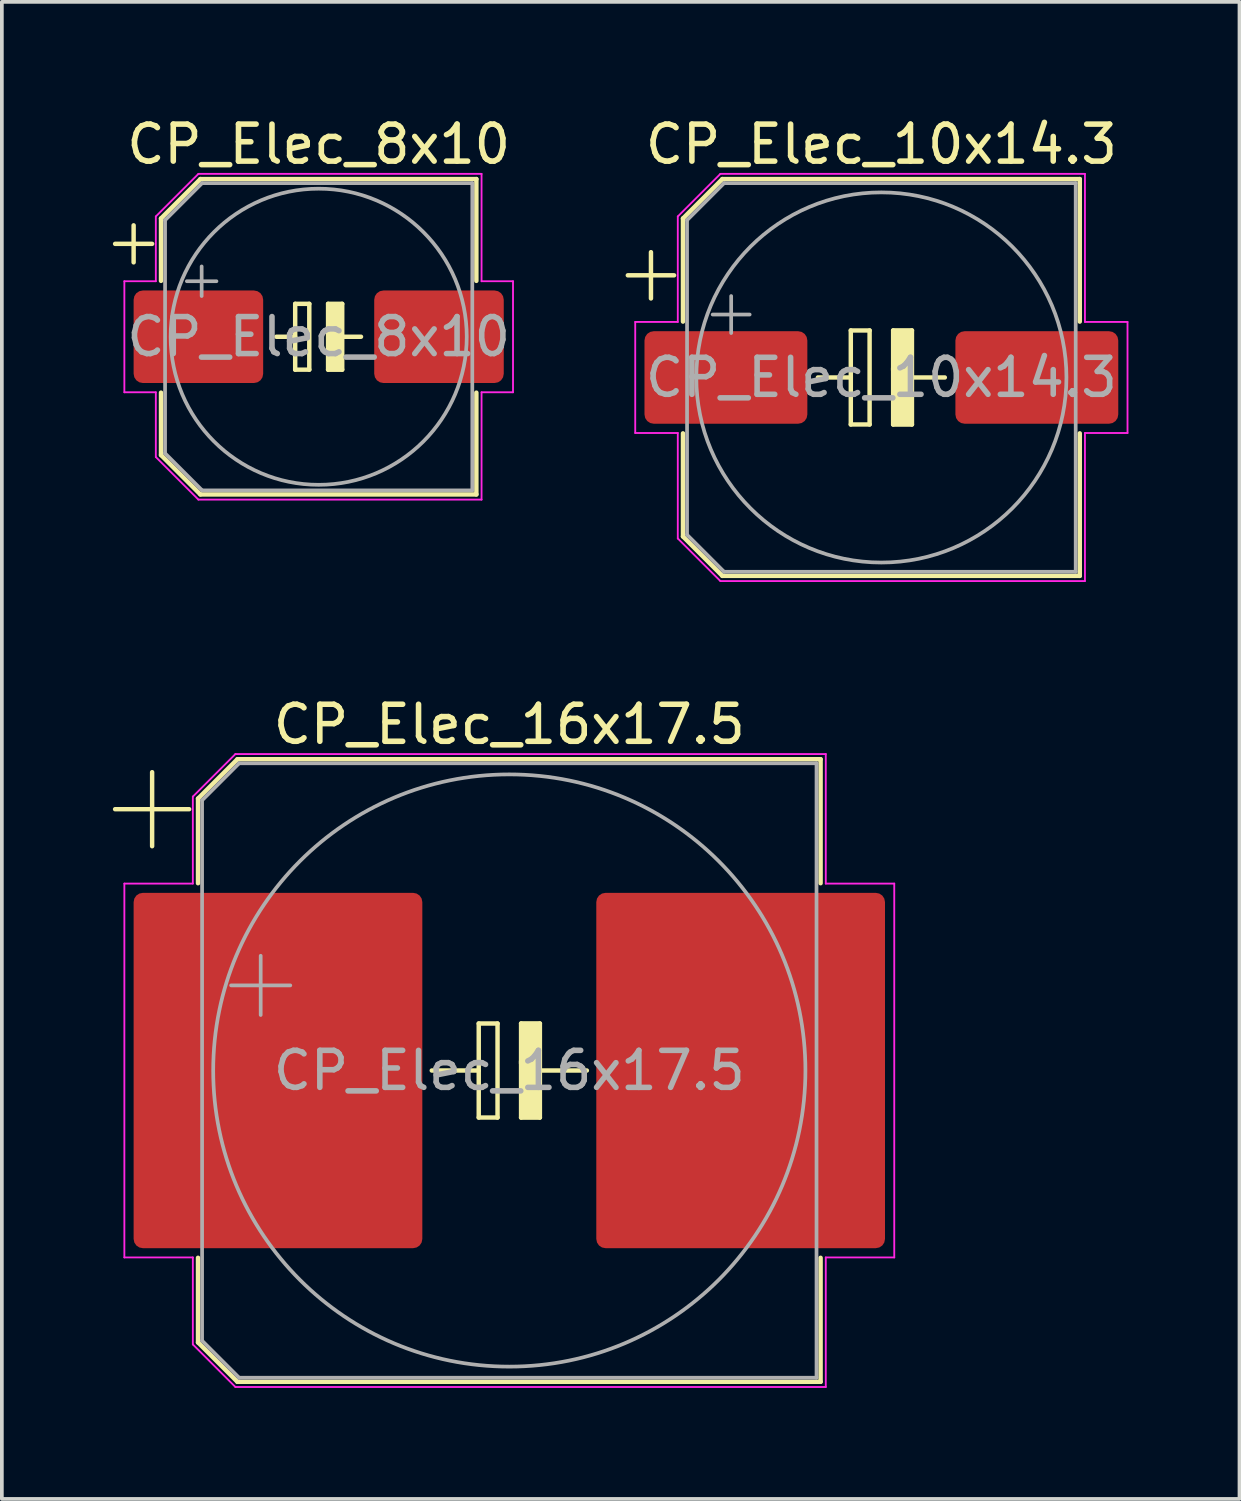
<source format=kicad_pcb>
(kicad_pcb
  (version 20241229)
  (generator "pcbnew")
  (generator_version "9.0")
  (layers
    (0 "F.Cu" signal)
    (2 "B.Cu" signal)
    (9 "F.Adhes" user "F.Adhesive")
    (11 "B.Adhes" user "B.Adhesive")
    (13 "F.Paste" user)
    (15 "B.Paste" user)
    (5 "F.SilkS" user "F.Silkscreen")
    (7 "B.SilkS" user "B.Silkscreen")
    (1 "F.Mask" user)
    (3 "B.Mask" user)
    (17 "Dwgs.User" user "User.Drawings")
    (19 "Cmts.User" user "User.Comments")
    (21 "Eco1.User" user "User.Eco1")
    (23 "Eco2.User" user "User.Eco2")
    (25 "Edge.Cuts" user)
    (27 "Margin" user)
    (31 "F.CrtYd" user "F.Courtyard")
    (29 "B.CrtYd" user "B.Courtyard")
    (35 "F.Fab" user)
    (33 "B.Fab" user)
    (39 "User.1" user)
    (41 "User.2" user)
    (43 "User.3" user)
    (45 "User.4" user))
  (footprint "CP_Elec_16x17.5"
    (layer "F.Cu")
    (at 10.71 25.872)
    (property "Reference" "CP_Elec_16x17.5" (at 0 -9.35 0) (layer "F.SilkS") (effects (font (size 1 1) (thickness 0.15))))
    (attr smd)
    (fp_line (start -10.65 -7.06) (end -8.65 -7.06) (stroke (width 0.12) (type solid)) (layer "F.SilkS"))
    (fp_line (start -9.65 -8.06) (end -9.65 -6.06) (stroke (width 0.12) (type solid)) (layer "F.SilkS"))
    (fp_line (start -8.41 -7.346) (end -8.41 -5.06) (stroke (width 0.12) (type solid)) (layer "F.SilkS"))
    (fp_line (start -8.41 -7.346) (end -7.346 -8.41) (stroke (width 0.12) (type solid)) (layer "F.SilkS"))
    (fp_line (start -8.41 7.346) (end -8.41 5.06) (stroke (width 0.12) (type solid)) (layer "F.SilkS"))
    (fp_line (start -8.41 7.346) (end -7.346 8.41) (stroke (width 0.12) (type solid)) (layer "F.SilkS"))
    (fp_line (start -7.346 -8.41) (end 8.41 -8.41) (stroke (width 0.12) (type solid)) (layer "F.SilkS"))
    (fp_line (start -7.346 8.41) (end 8.41 8.41) (stroke (width 0.12) (type solid)) (layer "F.SilkS"))
    (fp_line (start -2.095 0) (end -0.826 0) (stroke (width 0.12) (type solid)) (layer "F.SilkS"))
    (fp_line (start -0.826 1.27) (end -0.826 -1.27) (stroke (width 0.12) (type solid)) (layer "F.SilkS"))
    (fp_line (start -0.318 -1.27) (end -0.826 -1.27) (stroke (width 0.12) (type solid)) (layer "F.SilkS"))
    (fp_line (start -0.318 -1.27) (end -0.318 1.27) (stroke (width 0.12) (type solid)) (layer "F.SilkS"))
    (fp_line (start -0.318 1.27) (end -0.826 1.27) (stroke (width 0.12) (type solid)) (layer "F.SilkS"))
    (fp_line (start 0.318 -1.27) (end 0.318 -0.191) (stroke (width 0.12) (type solid)) (layer "F.SilkS"))
    (fp_line (start 0.318 -0.254) (end 0.318 1.27) (stroke (width 0.12) (type solid)) (layer "F.SilkS"))
    (fp_line (start 0.318 1.27) (end 0.826 1.27) (stroke (width 0.12) (type solid)) (layer "F.SilkS"))
    (fp_line (start 0.826 -1.27) (end 0.318 -1.27) (stroke (width 0.12) (type solid)) (layer "F.SilkS"))
    (fp_line (start 0.826 0) (end 2.095 0) (stroke (width 0.12) (type solid)) (layer "F.SilkS"))
    (fp_line (start 0.826 1.27) (end 0.826 -1.27) (stroke (width 0.12) (type solid)) (layer "F.SilkS"))
    (fp_line (start 8.41 -8.41) (end 8.41 -5.06) (stroke (width 0.12) (type solid)) (layer "F.SilkS"))
    (fp_line (start 8.41 8.41) (end 8.41 5.06) (stroke (width 0.12) (type solid)) (layer "F.SilkS"))
    (fp_poly (pts (xy 0.826 1.27) (xy 0.318 1.27) (xy 0.318 -1.27) (xy 0.826 -1.27)) (stroke (width 0.1) (type solid)) (fill yes) (layer "F.SilkS"))
    (fp_line (start -10.4 -5.05) (end -10.4 5.05) (stroke (width 0.05) (type solid)) (layer "F.CrtYd"))
    (fp_line (start -10.4 5.05) (end -8.55 5.05) (stroke (width 0.05) (type solid)) (layer "F.CrtYd"))
    (fp_line (start -8.55 -7.4) (end -8.55 -5.05) (stroke (width 0.05) (type solid)) (layer "F.CrtYd"))
    (fp_line (start -8.55 -7.4) (end -7.4 -8.55) (stroke (width 0.05) (type solid)) (layer "F.CrtYd"))
    (fp_line (start -8.55 -5.05) (end -10.4 -5.05) (stroke (width 0.05) (type solid)) (layer "F.CrtYd"))
    (fp_line (start -8.55 5.05) (end -8.55 7.4) (stroke (width 0.05) (type solid)) (layer "F.CrtYd"))
    (fp_line (start -8.55 7.4) (end -7.4 8.55) (stroke (width 0.05) (type solid)) (layer "F.CrtYd"))
    (fp_line (start -7.4 -8.55) (end 8.55 -8.55) (stroke (width 0.05) (type solid)) (layer "F.CrtYd"))
    (fp_line (start -7.4 8.55) (end 8.55 8.55) (stroke (width 0.05) (type solid)) (layer "F.CrtYd"))
    (fp_line (start 8.55 -8.55) (end 8.55 -5.05) (stroke (width 0.05) (type solid)) (layer "F.CrtYd"))
    (fp_line (start 8.55 -5.05) (end 10.4 -5.05) (stroke (width 0.05) (type solid)) (layer "F.CrtYd"))
    (fp_line (start 8.55 5.05) (end 8.55 8.55) (stroke (width 0.05) (type solid)) (layer "F.CrtYd"))
    (fp_line (start 10.4 -5.05) (end 10.4 5.05) (stroke (width 0.05) (type solid)) (layer "F.CrtYd"))
    (fp_line (start 10.4 5.05) (end 8.55 5.05) (stroke (width 0.05) (type solid)) (layer "F.CrtYd"))
    (fp_line (start -8.3 -7.3) (end -8.3 7.3) (stroke (width 0.1) (type solid)) (layer "F.Fab"))
    (fp_line (start -8.3 -7.3) (end -7.3 -8.3) (stroke (width 0.1) (type solid)) (layer "F.Fab"))
    (fp_line (start -8.3 7.3) (end -7.3 8.3) (stroke (width 0.1) (type solid)) (layer "F.Fab"))
    (fp_line (start -7.517 -2.3) (end -5.917 -2.3) (stroke (width 0.1) (type solid)) (layer "F.Fab"))
    (fp_line (start -7.3 -8.3) (end 8.3 -8.3) (stroke (width 0.1) (type solid)) (layer "F.Fab"))
    (fp_line (start -7.3 8.3) (end 8.3 8.3) (stroke (width 0.1) (type solid)) (layer "F.Fab"))
    (fp_line (start -6.717 -3.1) (end -6.717 -1.5) (stroke (width 0.1) (type solid)) (layer "F.Fab"))
    (fp_line (start 8.3 -8.3) (end 8.3 8.3) (stroke (width 0.1) (type solid)) (layer "F.Fab"))
    (fp_circle (center 0 0) (end 8 0) (stroke (width 0.1) (type solid)) (fill no) (layer "F.Fab"))
    (fp_text user "${REFERENCE}" (at 0 0 0) (layer "F.Fab") (effects (font (size 1 1) (thickness 0.15))))
    (pad "1" smd roundrect (at -6.25 0) (size 7.8 9.6) (layers "F.Cu" "F.Mask" "F.Paste") (roundrect_rratio 0.032))
    (pad "2" smd roundrect (at 6.25 0) (size 7.8 9.6) (layers "F.Cu" "F.Mask" "F.Paste") (roundrect_rratio 0.032)))
  (footprint "CP_Elec_10x14.3"
    (layer "F.Cu")
    (at 20.762 7.148)
    (property "Reference" "CP_Elec_10x14.3" (at 0 -6.3 0) (layer "F.SilkS") (effects (font (size 1 1) (thickness 0.15))))
    (attr smd)
    (fp_line (start -6.85 -2.76) (end -5.6 -2.76) (stroke (width 0.12) (type solid)) (layer "F.SilkS"))
    (fp_line (start -6.225 -3.385) (end -6.225 -2.135) (stroke (width 0.12) (type solid)) (layer "F.SilkS"))
    (fp_line (start -5.36 -4.296) (end -5.36 -1.51) (stroke (width 0.12) (type solid)) (layer "F.SilkS"))
    (fp_line (start -5.36 -4.296) (end -4.296 -5.36) (stroke (width 0.12) (type solid)) (layer "F.SilkS"))
    (fp_line (start -5.36 4.296) (end -5.36 1.51) (stroke (width 0.12) (type solid)) (layer "F.SilkS"))
    (fp_line (start -5.36 4.296) (end -4.296 5.36) (stroke (width 0.12) (type solid)) (layer "F.SilkS"))
    (fp_line (start -4.296 -5.36) (end 5.36 -5.36) (stroke (width 0.12) (type solid)) (layer "F.SilkS"))
    (fp_line (start -4.296 5.36) (end 5.36 5.36) (stroke (width 0.12) (type solid)) (layer "F.SilkS"))
    (fp_line (start -1.714 0) (end -0.826 0) (stroke (width 0.12) (type solid)) (layer "F.SilkS"))
    (fp_line (start -0.826 1.27) (end -0.826 -1.27) (stroke (width 0.12) (type solid)) (layer "F.SilkS"))
    (fp_line (start -0.318 -1.27) (end -0.826 -1.27) (stroke (width 0.12) (type solid)) (layer "F.SilkS"))
    (fp_line (start -0.318 -1.27) (end -0.318 1.27) (stroke (width 0.12) (type solid)) (layer "F.SilkS"))
    (fp_line (start -0.318 1.27) (end -0.826 1.27) (stroke (width 0.12) (type solid)) (layer "F.SilkS"))
    (fp_line (start 0.318 -1.27) (end 0.318 -0.191) (stroke (width 0.12) (type solid)) (layer "F.SilkS"))
    (fp_line (start 0.318 -0.254) (end 0.318 1.27) (stroke (width 0.12) (type solid)) (layer "F.SilkS"))
    (fp_line (start 0.318 1.27) (end 0.826 1.27) (stroke (width 0.12) (type solid)) (layer "F.SilkS"))
    (fp_line (start 0.826 -1.27) (end 0.318 -1.27) (stroke (width 0.12) (type solid)) (layer "F.SilkS"))
    (fp_line (start 0.826 0) (end 1.714 0) (stroke (width 0.12) (type solid)) (layer "F.SilkS"))
    (fp_line (start 0.826 1.27) (end 0.826 -1.27) (stroke (width 0.12) (type solid)) (layer "F.SilkS"))
    (fp_line (start 5.36 -5.36) (end 5.36 -1.51) (stroke (width 0.12) (type solid)) (layer "F.SilkS"))
    (fp_line (start 5.36 5.36) (end 5.36 1.51) (stroke (width 0.12) (type solid)) (layer "F.SilkS"))
    (fp_poly (pts (xy 0.826 1.27) (xy 0.318 1.27) (xy 0.318 -1.27) (xy 0.826 -1.27)) (stroke (width 0.1) (type solid)) (fill yes) (layer "F.SilkS"))
    (fp_line (start -6.65 -1.5) (end -6.65 1.5) (stroke (width 0.05) (type solid)) (layer "F.CrtYd"))
    (fp_line (start -6.65 1.5) (end -5.5 1.5) (stroke (width 0.05) (type solid)) (layer "F.CrtYd"))
    (fp_line (start -5.5 -4.35) (end -5.5 -1.5) (stroke (width 0.05) (type solid)) (layer "F.CrtYd"))
    (fp_line (start -5.5 -4.35) (end -4.35 -5.5) (stroke (width 0.05) (type solid)) (layer "F.CrtYd"))
    (fp_line (start -5.5 -1.5) (end -6.65 -1.5) (stroke (width 0.05) (type solid)) (layer "F.CrtYd"))
    (fp_line (start -5.5 1.5) (end -5.5 4.35) (stroke (width 0.05) (type solid)) (layer "F.CrtYd"))
    (fp_line (start -5.5 4.35) (end -4.35 5.5) (stroke (width 0.05) (type solid)) (layer "F.CrtYd"))
    (fp_line (start -4.35 -5.5) (end 5.5 -5.5) (stroke (width 0.05) (type solid)) (layer "F.CrtYd"))
    (fp_line (start -4.35 5.5) (end 5.5 5.5) (stroke (width 0.05) (type solid)) (layer "F.CrtYd"))
    (fp_line (start 5.5 -5.5) (end 5.5 -1.5) (stroke (width 0.05) (type solid)) (layer "F.CrtYd"))
    (fp_line (start 5.5 -1.5) (end 6.65 -1.5) (stroke (width 0.05) (type solid)) (layer "F.CrtYd"))
    (fp_line (start 5.5 1.5) (end 5.5 5.5) (stroke (width 0.05) (type solid)) (layer "F.CrtYd"))
    (fp_line (start 6.65 -1.5) (end 6.65 1.5) (stroke (width 0.05) (type solid)) (layer "F.CrtYd"))
    (fp_line (start 6.65 1.5) (end 5.5 1.5) (stroke (width 0.05) (type solid)) (layer "F.CrtYd"))
    (fp_line (start -5.25 -4.25) (end -5.25 4.25) (stroke (width 0.1) (type solid)) (layer "F.Fab"))
    (fp_line (start -5.25 -4.25) (end -4.25 -5.25) (stroke (width 0.1) (type solid)) (layer "F.Fab"))
    (fp_line (start -5.25 4.25) (end -4.25 5.25) (stroke (width 0.1) (type solid)) (layer "F.Fab"))
    (fp_line (start -4.558 -1.7) (end -3.558 -1.7) (stroke (width 0.1) (type solid)) (layer "F.Fab"))
    (fp_line (start -4.25 -5.25) (end 5.25 -5.25) (stroke (width 0.1) (type solid)) (layer "F.Fab"))
    (fp_line (start -4.25 5.25) (end 5.25 5.25) (stroke (width 0.1) (type solid)) (layer "F.Fab"))
    (fp_line (start -4.058 -2.2) (end -4.058 -1.2) (stroke (width 0.1) (type solid)) (layer "F.Fab"))
    (fp_line (start 5.25 -5.25) (end 5.25 5.25) (stroke (width 0.1) (type solid)) (layer "F.Fab"))
    (fp_circle (center 0 0) (end 5 0) (stroke (width 0.1) (type solid)) (fill no) (layer "F.Fab"))
    (fp_text user "${REFERENCE}" (at 0 0 0) (layer "F.Fab") (effects (font (size 1 1) (thickness 0.15))))
    (pad "1" smd roundrect (at -4.2 0) (size 4.4 2.5) (layers "F.Cu" "F.Mask" "F.Paste") (roundrect_rratio 0.1))
    (pad "2" smd roundrect (at 4.2 0) (size 4.4 2.5) (layers "F.Cu" "F.Mask" "F.Paste") (roundrect_rratio 0.1)))
  (footprint "CP_Elec_8x10"
    (layer "F.Cu")
    (at 5.56 6.048)
    (property "Reference" "CP_Elec_8x10" (at 0 -5.2 0) (layer "F.SilkS") (effects (font (size 1 1) (thickness 0.15))))
    (attr smd)
    (fp_line (start -5.5 -2.51) (end -4.5 -2.51) (stroke (width 0.12) (type solid)) (layer "F.SilkS"))
    (fp_line (start -5 -3.01) (end -5 -2.01) (stroke (width 0.12) (type solid)) (layer "F.SilkS"))
    (fp_line (start -4.26 -3.196) (end -4.26 -1.51) (stroke (width 0.12) (type solid)) (layer "F.SilkS"))
    (fp_line (start -4.26 -3.196) (end -3.196 -4.26) (stroke (width 0.12) (type solid)) (layer "F.SilkS"))
    (fp_line (start -4.26 3.196) (end -4.26 1.51) (stroke (width 0.12) (type solid)) (layer "F.SilkS"))
    (fp_line (start -4.26 3.196) (end -3.196 4.26) (stroke (width 0.12) (type solid)) (layer "F.SilkS"))
    (fp_line (start -3.196 -4.26) (end 4.26 -4.26) (stroke (width 0.12) (type solid)) (layer "F.SilkS"))
    (fp_line (start -3.196 4.26) (end 4.26 4.26) (stroke (width 0.12) (type solid)) (layer "F.SilkS"))
    (fp_line (start -0.635 -0.889) (end -0.254 -0.889) (stroke (width 0.12) (type solid)) (layer "F.SilkS"))
    (fp_line (start -0.635 0) (end -1.143 0) (stroke (width 0.12) (type solid)) (layer "F.SilkS"))
    (fp_line (start -0.635 0.889) (end -0.635 -0.889) (stroke (width 0.12) (type solid)) (layer "F.SilkS"))
    (fp_line (start -0.254 -0.889) (end -0.254 0.889) (stroke (width 0.12) (type solid)) (layer "F.SilkS"))
    (fp_line (start -0.254 0.889) (end -0.635 0.889) (stroke (width 0.12) (type solid)) (layer "F.SilkS"))
    (fp_line (start 0.254 -0.889) (end 0.254 -0.191) (stroke (width 0.12) (type solid)) (layer "F.SilkS"))
    (fp_line (start 0.254 -0.889) (end 0.635 -0.889) (stroke (width 0.12) (type solid)) (layer "F.SilkS"))
    (fp_line (start 0.254 -0.254) (end 0.254 0.889) (stroke (width 0.12) (type solid)) (layer "F.SilkS"))
    (fp_line (start 0.635 0) (end 1.143 0) (stroke (width 0.12) (type solid)) (layer "F.SilkS"))
    (fp_line (start 0.635 0.889) (end 0.254 0.889) (stroke (width 0.12) (type solid)) (layer "F.SilkS"))
    (fp_line (start 0.635 0.889) (end 0.635 -0.889) (stroke (width 0.12) (type solid)) (layer "F.SilkS"))
    (fp_line (start 4.26 -4.26) (end 4.26 -1.51) (stroke (width 0.12) (type solid)) (layer "F.SilkS"))
    (fp_line (start 4.26 4.26) (end 4.26 1.51) (stroke (width 0.12) (type solid)) (layer "F.SilkS"))
    (fp_poly (pts (xy 0.635 0.889) (xy 0.254 0.889) (xy 0.254 -0.889) (xy 0.635 -0.889)) (stroke (width 0.1) (type solid)) (fill yes) (layer "F.SilkS"))
    (fp_line (start -5.25 -1.5) (end -5.25 1.5) (stroke (width 0.05) (type solid)) (layer "F.CrtYd"))
    (fp_line (start -5.25 1.5) (end -4.4 1.5) (stroke (width 0.05) (type solid)) (layer "F.CrtYd"))
    (fp_line (start -4.4 -3.25) (end -4.4 -1.5) (stroke (width 0.05) (type solid)) (layer "F.CrtYd"))
    (fp_line (start -4.4 -3.25) (end -3.25 -4.4) (stroke (width 0.05) (type solid)) (layer "F.CrtYd"))
    (fp_line (start -4.4 -1.5) (end -5.25 -1.5) (stroke (width 0.05) (type solid)) (layer "F.CrtYd"))
    (fp_line (start -4.4 1.5) (end -4.4 3.25) (stroke (width 0.05) (type solid)) (layer "F.CrtYd"))
    (fp_line (start -4.4 3.25) (end -3.25 4.4) (stroke (width 0.05) (type solid)) (layer "F.CrtYd"))
    (fp_line (start -3.25 -4.4) (end 4.4 -4.4) (stroke (width 0.05) (type solid)) (layer "F.CrtYd"))
    (fp_line (start -3.25 4.4) (end 4.4 4.4) (stroke (width 0.05) (type solid)) (layer "F.CrtYd"))
    (fp_line (start 4.4 -4.4) (end 4.4 -1.5) (stroke (width 0.05) (type solid)) (layer "F.CrtYd"))
    (fp_line (start 4.4 -1.5) (end 5.25 -1.5) (stroke (width 0.05) (type solid)) (layer "F.CrtYd"))
    (fp_line (start 4.4 1.5) (end 4.4 4.4) (stroke (width 0.05) (type solid)) (layer "F.CrtYd"))
    (fp_line (start 5.25 -1.5) (end 5.25 1.5) (stroke (width 0.05) (type solid)) (layer "F.CrtYd"))
    (fp_line (start 5.25 1.5) (end 4.4 1.5) (stroke (width 0.05) (type solid)) (layer "F.CrtYd"))
    (fp_line (start -4.15 -3.15) (end -4.15 3.15) (stroke (width 0.1) (type solid)) (layer "F.Fab"))
    (fp_line (start -4.15 -3.15) (end -3.15 -4.15) (stroke (width 0.1) (type solid)) (layer "F.Fab"))
    (fp_line (start -4.15 3.15) (end -3.15 4.15) (stroke (width 0.1) (type solid)) (layer "F.Fab"))
    (fp_line (start -3.562 -1.5) (end -2.762 -1.5) (stroke (width 0.1) (type solid)) (layer "F.Fab"))
    (fp_line (start -3.162 -1.9) (end -3.162 -1.1) (stroke (width 0.1) (type solid)) (layer "F.Fab"))
    (fp_line (start -3.15 -4.15) (end 4.15 -4.15) (stroke (width 0.1) (type solid)) (layer "F.Fab"))
    (fp_line (start -3.15 4.15) (end 4.15 4.15) (stroke (width 0.1) (type solid)) (layer "F.Fab"))
    (fp_line (start 4.15 -4.15) (end 4.15 4.15) (stroke (width 0.1) (type solid)) (layer "F.Fab"))
    (fp_circle (center 0 0) (end 4 0) (stroke (width 0.1) (type solid)) (fill no) (layer "F.Fab"))
    (fp_text user "${REFERENCE}" (at 0 0 0) (layer "F.Fab") (effects (font (size 1 1) (thickness 0.15))))
    (pad "1" smd roundrect (at -3.25 0) (size 3.5 2.5) (layers "F.Cu" "F.Mask" "F.Paste") (roundrect_rratio 0.1))
    (pad "2" smd roundrect (at 3.25 0) (size 3.5 2.5) (layers "F.Cu" "F.Mask" "F.Paste") (roundrect_rratio 0.1)))
  (gr_rect
    (start -3 -3)
    (end 30.437 37.447)
    (stroke (width 0.1) (type default))
    (fill no)
    (layer "Edge.Cuts")))
</source>
